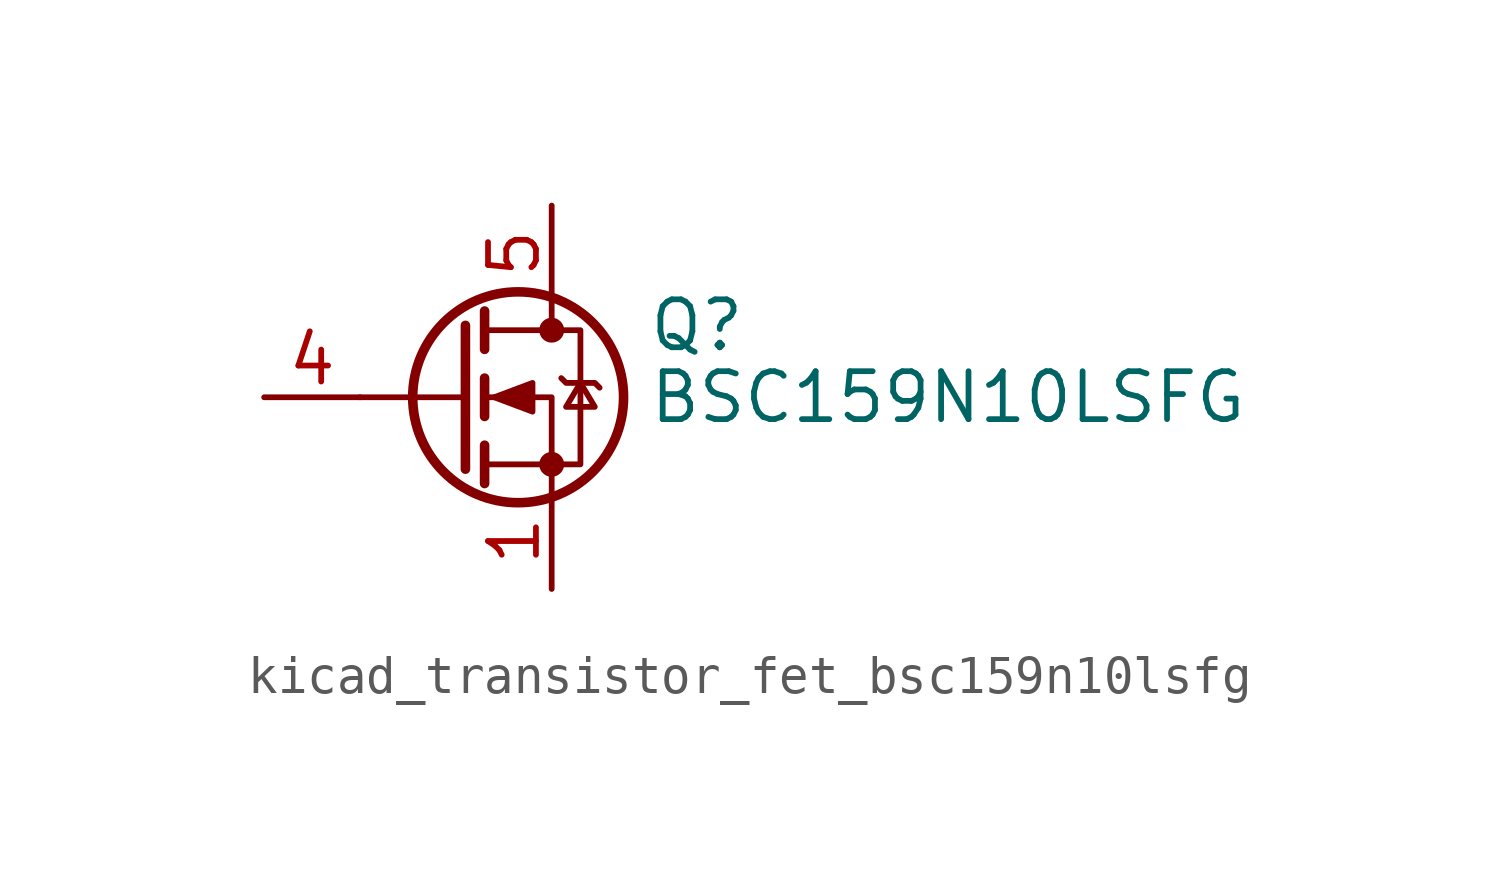
<source format=kicad_sym>
(kicad_symbol_lib
  (version 20220914)
  (generator kicad_symbol_editor)
  (symbol "kicad_transistor_fet_bsc159n10lsfg"
    (pin_names hide)
    (property "Reference" "Q"
      (at 5.08 1.905 0)
      (effects (font (size 1.27 1.27)) (justify left)))
    (property "Value" "BSC159N10LSFG"
      (at 5.08 0 0)
      (effects (font (size 1.27 1.27)) (justify left)))
    (symbol "kicad_transistor_fet_bsc159n10lsfg_0_1"
      (polyline (pts (xy 0.254 0) (xy -2.54 0)) (stroke (width 0) (type default)) (fill (type none)))
      (polyline (pts (xy 0.254 1.905) (xy 0.254 -1.905)) (stroke (width 0.254) (type default)) (fill (type none)))
      (polyline (pts (xy 0.762 -1.27) (xy 0.762 -2.286)) (stroke (width 0.254) (type default)) (fill (type none)))
      (polyline (pts (xy 0.762 0.508) (xy 0.762 -0.508)) (stroke (width 0.254) (type default)) (fill (type none)))
      (polyline (pts (xy 0.762 2.286) (xy 0.762 1.27)) (stroke (width 0.254) (type default)) (fill (type none)))
      (polyline (pts (xy 2.54 2.54) (xy 2.54 1.778)) (stroke (width 0) (type default)) (fill (type none)))
      (polyline (pts (xy 2.54 -2.54) (xy 2.54 0) (xy 0.762 0)) (stroke (width 0) (type default)) (fill (type none)))
      (polyline (pts (xy 0.762 -1.778) (xy 3.302 -1.778) (xy 3.302 1.778) (xy 0.762 1.778)) (stroke (width 0) (type default)) (fill (type none)))
      (polyline (pts (xy 1.016 0) (xy 2.032 0.381) (xy 2.032 -0.381) (xy 1.016 0)) (stroke (width 0) (type default)) (fill (type outline)))
      (polyline (pts (xy 2.794 0.508) (xy 2.921 0.381) (xy 3.683 0.381) (xy 3.81 0.254)) (stroke (width 0) (type default)) (fill (type none)))
      (polyline (pts (xy 3.302 0.381) (xy 2.921 -0.254) (xy 3.683 -0.254) (xy 3.302 0.381)) (stroke (width 0) (type default)) (fill (type none)))
      (circle (center 1.651 0) (radius 2.794) (stroke (width 0.254) (type default)) (fill (type none)))
      (circle (center 2.54 -1.778) (radius 0.254) (stroke (width 0) (type default)) (fill (type outline)))
      (circle (center 2.54 1.778) (radius 0.254) (stroke (width 0) (type default)) (fill (type outline))))
    (symbol "kicad_transistor_fet_bsc159n10lsfg_1_1"
      (pin passive line (at 2.54 -5.08 90) (length 2.54) (name "S" (effects (font (size 1.27 1.27)))) (number "1" (effects (font (size 1.27 1.27)))))
      (pin passive line (at 2.54 -5.08 90) (length 2.54) hide (name "S" (effects (font (size 1.27 1.27)))) (number "2" (effects (font (size 1.27 1.27)))))
      (pin passive line (at 2.54 -5.08 90) (length 2.54) hide (name "S" (effects (font (size 1.27 1.27)))) (number "3" (effects (font (size 1.27 1.27)))))
      (pin passive line (at -5.08 0 0) (length 2.54) (name "G" (effects (font (size 1.27 1.27)))) (number "4" (effects (font (size 1.27 1.27)))))
      (pin passive line (at 2.54 5.08 270) (length 2.54) (name "D" (effects (font (size 1.27 1.27)))) (number "5" (effects (font (size 1.27 1.27))))))))
</source>
